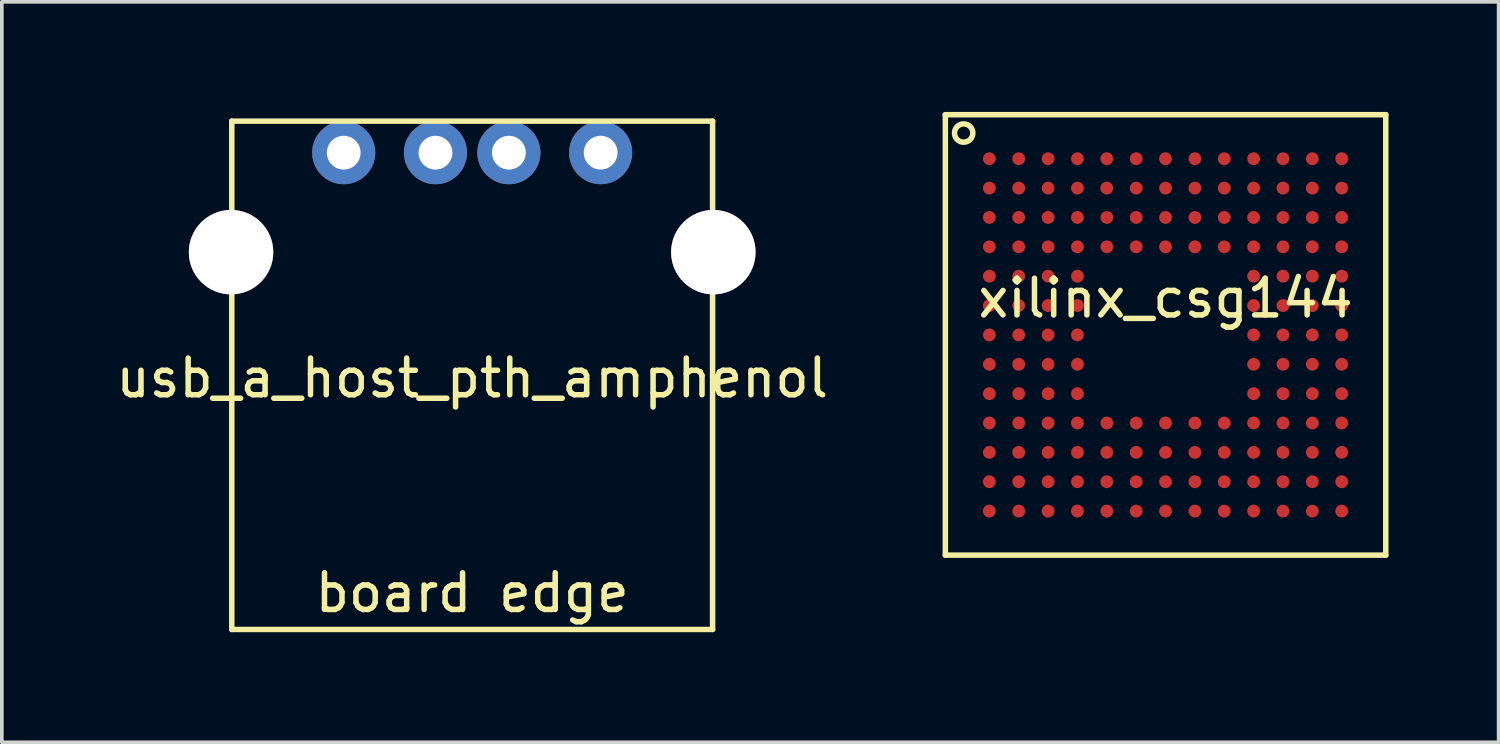
<source format=kicad_pcb>
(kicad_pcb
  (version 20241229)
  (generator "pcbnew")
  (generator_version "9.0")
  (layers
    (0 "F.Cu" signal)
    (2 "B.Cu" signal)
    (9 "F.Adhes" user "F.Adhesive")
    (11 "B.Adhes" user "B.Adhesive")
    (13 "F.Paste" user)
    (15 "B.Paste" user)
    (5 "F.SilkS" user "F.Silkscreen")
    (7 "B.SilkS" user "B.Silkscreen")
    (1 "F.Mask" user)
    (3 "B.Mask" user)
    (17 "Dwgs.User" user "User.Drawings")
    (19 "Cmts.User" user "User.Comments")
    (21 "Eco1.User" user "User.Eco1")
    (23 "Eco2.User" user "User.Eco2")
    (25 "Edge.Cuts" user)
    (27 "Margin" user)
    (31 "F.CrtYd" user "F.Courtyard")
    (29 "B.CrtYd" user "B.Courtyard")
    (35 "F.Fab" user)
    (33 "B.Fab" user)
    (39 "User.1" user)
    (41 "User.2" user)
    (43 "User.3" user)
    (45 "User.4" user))
  (footprint "usb_a_host_pth_amphenol"
    (layer "F.Cu")
    (at 9.815 0.25)
    (property "Reference" "usb_a_host_pth_amphenol" (at 0 7 0) (layer "F.SilkS") (effects (font (size 1 1) (thickness 0.15))))
    (attr through_hole)
    (fp_line (start -6.55 0) (end -6.55 13.85) (stroke (width 0.15) (type solid)) (layer "F.SilkS"))
    (fp_line (start -6.55 0) (end 6.55 0) (stroke (width 0.15) (type solid)) (layer "F.SilkS"))
    (fp_line (start -6.55 13.85) (end 6.55 13.85) (stroke (width 0.15) (type solid)) (layer "F.SilkS"))
    (fp_line (start 6.55 0) (end 6.55 13.85) (stroke (width 0.15) (type solid)) (layer "F.SilkS"))
    (fp_text user "board edge" (at 0 12.85 0) (layer "F.SilkS") (effects (font (size 1 1) (thickness 0.15))))
    (pad "1" thru_hole circle (at -3.5 0.86) (size 1.72 1.72) (drill 0.92) (layers "*.Cu" "*.Mask"))
    (pad "2" thru_hole circle (at -1 0.86) (size 1.72 1.72) (drill 0.92) (layers "*.Cu" "*.Mask"))
    (pad "3" thru_hole circle (at 1 0.86) (size 1.72 1.72) (drill 0.92) (layers "*.Cu" "*.Mask"))
    (pad "4" thru_hole circle (at 3.5 0.86) (size 1.72 1.72) (drill 0.92) (layers "*.Cu" "*.Mask"))
    (pad "H1" thru_hole circle (at -6.57 3.57) (size 2.3 2.3) (drill 2.3) (layers "*.Cu" "*.Mask"))
    (pad "H2" thru_hole circle (at 6.57 3.57) (size 2.3 2.3) (drill 2.3) (layers "*.Cu" "*.Mask")))
  (footprint "xilinx_csg144"
    (layer "F.Cu")
    (at 28.706 6.075)
    (property "Reference" "xilinx_csg144" (at 0 -1 0) (layer "F.SilkS") (effects (font (size 1 1) (thickness 0.15))))
    (attr through_hole)
    (fp_line (start -6 -6) (end -6 6) (stroke (width 0.15) (type solid)) (layer "F.SilkS"))
    (fp_line (start -6 6) (end 6 6) (stroke (width 0.15) (type solid)) (layer "F.SilkS"))
    (fp_line (start 6 -6) (end -6 -6) (stroke (width 0.15) (type solid)) (layer "F.SilkS"))
    (fp_line (start 6 6) (end 6 -6) (stroke (width 0.15) (type solid)) (layer "F.SilkS"))
    (fp_circle (center -5.5 -5.5) (end -5.5 -5.25) (stroke (width 0.15) (type solid)) (fill no) (layer "F.SilkS"))
    (pad "A1" smd circle (at -4.8 -4.8) (size 0.35 0.35) (layers "F.Cu" "F.Mask" "F.Paste"))
    (pad "A2" smd circle (at -4 -4.8) (size 0.35 0.35) (layers "F.Cu" "F.Mask" "F.Paste"))
    (pad "A3" smd circle (at -3.2 -4.8) (size 0.35 0.35) (layers "F.Cu" "F.Mask" "F.Paste"))
    (pad "A4" smd circle (at -2.4 -4.8) (size 0.35 0.35) (layers "F.Cu" "F.Mask" "F.Paste"))
    (pad "A5" smd circle (at -1.6 -4.8) (size 0.35 0.35) (layers "F.Cu" "F.Mask" "F.Paste"))
    (pad "A6" smd circle (at -0.8 -4.8) (size 0.35 0.35) (layers "F.Cu" "F.Mask" "F.Paste"))
    (pad "A7" smd circle (at 0 -4.8) (size 0.35 0.35) (layers "F.Cu" "F.Mask" "F.Paste"))
    (pad "A8" smd circle (at 0.8 -4.8) (size 0.35 0.35) (layers "F.Cu" "F.Mask" "F.Paste"))
    (pad "A9" smd circle (at 1.6 -4.8) (size 0.35 0.35) (layers "F.Cu" "F.Mask" "F.Paste"))
    (pad "A10" smd circle (at 2.4 -4.8) (size 0.35 0.35) (layers "F.Cu" "F.Mask" "F.Paste"))
    (pad "A11" smd circle (at 3.2 -4.8) (size 0.35 0.35) (layers "F.Cu" "F.Mask" "F.Paste"))
    (pad "A12" smd circle (at 4 -4.8) (size 0.35 0.35) (layers "F.Cu" "F.Mask" "F.Paste"))
    (pad "A13" smd circle (at 4.8 -4.8) (size 0.35 0.35) (layers "F.Cu" "F.Mask" "F.Paste"))
    (pad "B1" smd circle (at -4.8 -4) (size 0.35 0.35) (layers "F.Cu" "F.Mask" "F.Paste"))
    (pad "B2" smd circle (at -4 -4) (size 0.35 0.35) (layers "F.Cu" "F.Mask" "F.Paste"))
    (pad "B3" smd circle (at -3.2 -4) (size 0.35 0.35) (layers "F.Cu" "F.Mask" "F.Paste"))
    (pad "B4" smd circle (at -2.4 -4) (size 0.35 0.35) (layers "F.Cu" "F.Mask" "F.Paste"))
    (pad "B5" smd circle (at -1.6 -4) (size 0.35 0.35) (layers "F.Cu" "F.Mask" "F.Paste"))
    (pad "B6" smd circle (at -0.8 -4) (size 0.35 0.35) (layers "F.Cu" "F.Mask" "F.Paste"))
    (pad "B7" smd circle (at 0 -4) (size 0.35 0.35) (layers "F.Cu" "F.Mask" "F.Paste"))
    (pad "B8" smd circle (at 0.8 -4) (size 0.35 0.35) (layers "F.Cu" "F.Mask" "F.Paste"))
    (pad "B9" smd circle (at 1.6 -4) (size 0.35 0.35) (layers "F.Cu" "F.Mask" "F.Paste"))
    (pad "B10" smd circle (at 2.4 -4) (size 0.35 0.35) (layers "F.Cu" "F.Mask" "F.Paste"))
    (pad "B11" smd circle (at 3.2 -4) (size 0.35 0.35) (layers "F.Cu" "F.Mask" "F.Paste"))
    (pad "B12" smd circle (at 4 -4) (size 0.35 0.35) (layers "F.Cu" "F.Mask" "F.Paste"))
    (pad "B13" smd circle (at 4.8 -4) (size 0.35 0.35) (layers "F.Cu" "F.Mask" "F.Paste"))
    (pad "C1" smd circle (at -4.8 -3.2) (size 0.35 0.35) (layers "F.Cu" "F.Mask" "F.Paste"))
    (pad "C2" smd circle (at -4 -3.2) (size 0.35 0.35) (layers "F.Cu" "F.Mask" "F.Paste"))
    (pad "C3" smd circle (at -3.2 -3.2) (size 0.35 0.35) (layers "F.Cu" "F.Mask" "F.Paste"))
    (pad "C4" smd circle (at -2.4 -3.2) (size 0.35 0.35) (layers "F.Cu" "F.Mask" "F.Paste"))
    (pad "C5" smd circle (at -1.6 -3.2) (size 0.35 0.35) (layers "F.Cu" "F.Mask" "F.Paste"))
    (pad "C6" smd circle (at -0.8 -3.2) (size 0.35 0.35) (layers "F.Cu" "F.Mask" "F.Paste"))
    (pad "C7" smd circle (at 0 -3.2) (size 0.35 0.35) (layers "F.Cu" "F.Mask" "F.Paste"))
    (pad "C8" smd circle (at 0.8 -3.2) (size 0.35 0.35) (layers "F.Cu" "F.Mask" "F.Paste"))
    (pad "C9" smd circle (at 1.6 -3.2) (size 0.35 0.35) (layers "F.Cu" "F.Mask" "F.Paste"))
    (pad "C10" smd circle (at 2.4 -3.2) (size 0.35 0.35) (layers "F.Cu" "F.Mask" "F.Paste"))
    (pad "C11" smd circle (at 3.2 -3.2) (size 0.35 0.35) (layers "F.Cu" "F.Mask" "F.Paste"))
    (pad "C12" smd circle (at 4 -3.2) (size 0.35 0.35) (layers "F.Cu" "F.Mask" "F.Paste"))
    (pad "C13" smd circle (at 4.8 -3.2) (size 0.35 0.35) (layers "F.Cu" "F.Mask" "F.Paste"))
    (pad "D1" smd circle (at -4.8 -2.4) (size 0.35 0.35) (layers "F.Cu" "F.Mask" "F.Paste"))
    (pad "D2" smd circle (at -4 -2.4) (size 0.35 0.35) (layers "F.Cu" "F.Mask" "F.Paste"))
    (pad "D3" smd circle (at -3.2 -2.4) (size 0.35 0.35) (layers "F.Cu" "F.Mask" "F.Paste"))
    (pad "D4" smd circle (at -2.4 -2.4) (size 0.35 0.35) (layers "F.Cu" "F.Mask" "F.Paste"))
    (pad "D5" smd circle (at -1.6 -2.4) (size 0.35 0.35) (layers "F.Cu" "F.Mask" "F.Paste"))
    (pad "D6" smd circle (at -0.8 -2.4) (size 0.35 0.35) (layers "F.Cu" "F.Mask" "F.Paste"))
    (pad "D7" smd circle (at 0 -2.4) (size 0.35 0.35) (layers "F.Cu" "F.Mask" "F.Paste"))
    (pad "D8" smd circle (at 0.8 -2.4) (size 0.35 0.35) (layers "F.Cu" "F.Mask" "F.Paste"))
    (pad "D9" smd circle (at 1.6 -2.4) (size 0.35 0.35) (layers "F.Cu" "F.Mask" "F.Paste"))
    (pad "D10" smd circle (at 2.4 -2.4) (size 0.35 0.35) (layers "F.Cu" "F.Mask" "F.Paste"))
    (pad "D11" smd circle (at 3.2 -2.4) (size 0.35 0.35) (layers "F.Cu" "F.Mask" "F.Paste"))
    (pad "D12" smd circle (at 4 -2.4) (size 0.35 0.35) (layers "F.Cu" "F.Mask" "F.Paste"))
    (pad "D13" smd circle (at 4.8 -2.4) (size 0.35 0.35) (layers "F.Cu" "F.Mask" "F.Paste"))
    (pad "E1" smd circle (at -4.8 -1.6) (size 0.35 0.35) (layers "F.Cu" "F.Mask" "F.Paste"))
    (pad "E2" smd circle (at -4 -1.6) (size 0.35 0.35) (layers "F.Cu" "F.Mask" "F.Paste"))
    (pad "E3" smd circle (at -3.2 -1.6) (size 0.35 0.35) (layers "F.Cu" "F.Mask" "F.Paste"))
    (pad "E4" smd circle (at -2.4 -1.6) (size 0.35 0.35) (layers "F.Cu" "F.Mask" "F.Paste"))
    (pad "E10" smd circle (at 2.4 -1.6) (size 0.35 0.35) (layers "F.Cu" "F.Mask" "F.Paste"))
    (pad "E11" smd circle (at 3.2 -1.6) (size 0.35 0.35) (layers "F.Cu" "F.Mask" "F.Paste"))
    (pad "E12" smd circle (at 4 -1.6) (size 0.35 0.35) (layers "F.Cu" "F.Mask" "F.Paste"))
    (pad "E13" smd circle (at 4.8 -1.6) (size 0.35 0.35) (layers "F.Cu" "F.Mask" "F.Paste"))
    (pad "F1" smd circle (at -4.8 -0.8) (size 0.35 0.35) (layers "F.Cu" "F.Mask" "F.Paste"))
    (pad "F2" smd circle (at -4 -0.8) (size 0.35 0.35) (layers "F.Cu" "F.Mask" "F.Paste"))
    (pad "F3" smd circle (at -3.2 -0.8) (size 0.35 0.35) (layers "F.Cu" "F.Mask" "F.Paste"))
    (pad "F4" smd circle (at -2.4 -0.8) (size 0.35 0.35) (layers "F.Cu" "F.Mask" "F.Paste"))
    (pad "F10" smd circle (at 2.4 -0.8) (size 0.35 0.35) (layers "F.Cu" "F.Mask" "F.Paste"))
    (pad "F11" smd circle (at 3.2 -0.8) (size 0.35 0.35) (layers "F.Cu" "F.Mask" "F.Paste"))
    (pad "F12" smd circle (at 4 -0.8) (size 0.35 0.35) (layers "F.Cu" "F.Mask" "F.Paste"))
    (pad "F13" smd circle (at 4.8 -0.8) (size 0.35 0.35) (layers "F.Cu" "F.Mask" "F.Paste"))
    (pad "G1" smd circle (at -4.8 0) (size 0.35 0.35) (layers "F.Cu" "F.Mask" "F.Paste"))
    (pad "G2" smd circle (at -4 0) (size 0.35 0.35) (layers "F.Cu" "F.Mask" "F.Paste"))
    (pad "G3" smd circle (at -3.2 0) (size 0.35 0.35) (layers "F.Cu" "F.Mask" "F.Paste"))
    (pad "G4" smd circle (at -2.4 0) (size 0.35 0.35) (layers "F.Cu" "F.Mask" "F.Paste"))
    (pad "G10" smd circle (at 2.4 0) (size 0.35 0.35) (layers "F.Cu" "F.Mask" "F.Paste"))
    (pad "G11" smd circle (at 3.2 0) (size 0.35 0.35) (layers "F.Cu" "F.Mask" "F.Paste"))
    (pad "G12" smd circle (at 4 0) (size 0.35 0.35) (layers "F.Cu" "F.Mask" "F.Paste"))
    (pad "G13" smd circle (at 4.8 0) (size 0.35 0.35) (layers "F.Cu" "F.Mask" "F.Paste"))
    (pad "H1" smd circle (at -4.8 0.8) (size 0.35 0.35) (layers "F.Cu" "F.Mask" "F.Paste"))
    (pad "H2" smd circle (at -4 0.8) (size 0.35 0.35) (layers "F.Cu" "F.Mask" "F.Paste"))
    (pad "H3" smd circle (at -3.2 0.8) (size 0.35 0.35) (layers "F.Cu" "F.Mask" "F.Paste"))
    (pad "H4" smd circle (at -2.4 0.8) (size 0.35 0.35) (layers "F.Cu" "F.Mask" "F.Paste"))
    (pad "H10" smd circle (at 2.4 0.8) (size 0.35 0.35) (layers "F.Cu" "F.Mask" "F.Paste"))
    (pad "H11" smd circle (at 3.2 0.8) (size 0.35 0.35) (layers "F.Cu" "F.Mask" "F.Paste"))
    (pad "H12" smd circle (at 4 0.8) (size 0.35 0.35) (layers "F.Cu" "F.Mask" "F.Paste"))
    (pad "H13" smd circle (at 4.8 0.8) (size 0.35 0.35) (layers "F.Cu" "F.Mask" "F.Paste"))
    (pad "J1" smd circle (at -4.8 1.6) (size 0.35 0.35) (layers "F.Cu" "F.Mask" "F.Paste"))
    (pad "J2" smd circle (at -4 1.6) (size 0.35 0.35) (layers "F.Cu" "F.Mask" "F.Paste"))
    (pad "J3" smd circle (at -3.2 1.6) (size 0.35 0.35) (layers "F.Cu" "F.Mask" "F.Paste"))
    (pad "J4" smd circle (at -2.4 1.6) (size 0.35 0.35) (layers "F.Cu" "F.Mask" "F.Paste"))
    (pad "J10" smd circle (at 2.4 1.6) (size 0.35 0.35) (layers "F.Cu" "F.Mask" "F.Paste"))
    (pad "J11" smd circle (at 3.2 1.6) (size 0.35 0.35) (layers "F.Cu" "F.Mask" "F.Paste"))
    (pad "J12" smd circle (at 4 1.6) (size 0.35 0.35) (layers "F.Cu" "F.Mask" "F.Paste"))
    (pad "J13" smd circle (at 4.8 1.6) (size 0.35 0.35) (layers "F.Cu" "F.Mask" "F.Paste"))
    (pad "K1" smd circle (at -4.8 2.4) (size 0.35 0.35) (layers "F.Cu" "F.Mask" "F.Paste"))
    (pad "K2" smd circle (at -4 2.4) (size 0.35 0.35) (layers "F.Cu" "F.Mask" "F.Paste"))
    (pad "K3" smd circle (at -3.2 2.4) (size 0.35 0.35) (layers "F.Cu" "F.Mask" "F.Paste"))
    (pad "K4" smd circle (at -2.4 2.4) (size 0.35 0.35) (layers "F.Cu" "F.Mask" "F.Paste"))
    (pad "K5" smd circle (at -1.6 2.4) (size 0.35 0.35) (layers "F.Cu" "F.Mask" "F.Paste"))
    (pad "K6" smd circle (at -0.8 2.4) (size 0.35 0.35) (layers "F.Cu" "F.Mask" "F.Paste"))
    (pad "K7" smd circle (at 0 2.4) (size 0.35 0.35) (layers "F.Cu" "F.Mask" "F.Paste"))
    (pad "K8" smd circle (at 0.8 2.4) (size 0.35 0.35) (layers "F.Cu" "F.Mask" "F.Paste"))
    (pad "K9" smd circle (at 1.6 2.4) (size 0.35 0.35) (layers "F.Cu" "F.Mask" "F.Paste"))
    (pad "K10" smd circle (at 2.4 2.4) (size 0.35 0.35) (layers "F.Cu" "F.Mask" "F.Paste"))
    (pad "K11" smd circle (at 3.2 2.4) (size 0.35 0.35) (layers "F.Cu" "F.Mask" "F.Paste"))
    (pad "K12" smd circle (at 4 2.4) (size 0.35 0.35) (layers "F.Cu" "F.Mask" "F.Paste"))
    (pad "K13" smd circle (at 4.8 2.4) (size 0.35 0.35) (layers "F.Cu" "F.Mask" "F.Paste"))
    (pad "L1" smd circle (at -4.8 3.2) (size 0.35 0.35) (layers "F.Cu" "F.Mask" "F.Paste"))
    (pad "L2" smd circle (at -4 3.2) (size 0.35 0.35) (layers "F.Cu" "F.Mask" "F.Paste"))
    (pad "L3" smd circle (at -3.2 3.2) (size 0.35 0.35) (layers "F.Cu" "F.Mask" "F.Paste"))
    (pad "L4" smd circle (at -2.4 3.2) (size 0.35 0.35) (layers "F.Cu" "F.Mask" "F.Paste"))
    (pad "L5" smd circle (at -1.6 3.2) (size 0.35 0.35) (layers "F.Cu" "F.Mask" "F.Paste"))
    (pad "L6" smd circle (at -0.8 3.2) (size 0.35 0.35) (layers "F.Cu" "F.Mask" "F.Paste"))
    (pad "L7" smd circle (at 0 3.2) (size 0.35 0.35) (layers "F.Cu" "F.Mask" "F.Paste"))
    (pad "L8" smd circle (at 0.8 3.2) (size 0.35 0.35) (layers "F.Cu" "F.Mask" "F.Paste"))
    (pad "L9" smd circle (at 1.6 3.2) (size 0.35 0.35) (layers "F.Cu" "F.Mask" "F.Paste"))
    (pad "L10" smd circle (at 2.4 3.2) (size 0.35 0.35) (layers "F.Cu" "F.Mask" "F.Paste"))
    (pad "L11" smd circle (at 3.2 3.2) (size 0.35 0.35) (layers "F.Cu" "F.Mask" "F.Paste"))
    (pad "L12" smd circle (at 4 3.2) (size 0.35 0.35) (layers "F.Cu" "F.Mask" "F.Paste"))
    (pad "L13" smd circle (at 4.8 3.2) (size 0.35 0.35) (layers "F.Cu" "F.Mask" "F.Paste"))
    (pad "M1" smd circle (at -4.8 4) (size 0.35 0.35) (layers "F.Cu" "F.Mask" "F.Paste"))
    (pad "M2" smd circle (at -4 4) (size 0.35 0.35) (layers "F.Cu" "F.Mask" "F.Paste"))
    (pad "M3" smd circle (at -3.2 4) (size 0.35 0.35) (layers "F.Cu" "F.Mask" "F.Paste"))
    (pad "M4" smd circle (at -2.4 4) (size 0.35 0.35) (layers "F.Cu" "F.Mask" "F.Paste"))
    (pad "M5" smd circle (at -1.6 4) (size 0.35 0.35) (layers "F.Cu" "F.Mask" "F.Paste"))
    (pad "M6" smd circle (at -0.8 4) (size 0.35 0.35) (layers "F.Cu" "F.Mask" "F.Paste"))
    (pad "M7" smd circle (at 0 4) (size 0.35 0.35) (layers "F.Cu" "F.Mask" "F.Paste"))
    (pad "M8" smd circle (at 0.8 4) (size 0.35 0.35) (layers "F.Cu" "F.Mask" "F.Paste"))
    (pad "M9" smd circle (at 1.6 4) (size 0.35 0.35) (layers "F.Cu" "F.Mask" "F.Paste"))
    (pad "M10" smd circle (at 2.4 4) (size 0.35 0.35) (layers "F.Cu" "F.Mask" "F.Paste"))
    (pad "M11" smd circle (at 3.2 4) (size 0.35 0.35) (layers "F.Cu" "F.Mask" "F.Paste"))
    (pad "M12" smd circle (at 4 4) (size 0.35 0.35) (layers "F.Cu" "F.Mask" "F.Paste"))
    (pad "M13" smd circle (at 4.8 4) (size 0.35 0.35) (layers "F.Cu" "F.Mask" "F.Paste"))
    (pad "N1" smd circle (at -4.8 4.8) (size 0.35 0.35) (layers "F.Cu" "F.Mask" "F.Paste"))
    (pad "N2" smd circle (at -4 4.8) (size 0.35 0.35) (layers "F.Cu" "F.Mask" "F.Paste"))
    (pad "N3" smd circle (at -3.2 4.8) (size 0.35 0.35) (layers "F.Cu" "F.Mask" "F.Paste"))
    (pad "N4" smd circle (at -2.4 4.8) (size 0.35 0.35) (layers "F.Cu" "F.Mask" "F.Paste"))
    (pad "N5" smd circle (at -1.6 4.8) (size 0.35 0.35) (layers "F.Cu" "F.Mask" "F.Paste"))
    (pad "N6" smd circle (at -0.8 4.8) (size 0.35 0.35) (layers "F.Cu" "F.Mask" "F.Paste"))
    (pad "N7" smd circle (at 0 4.8) (size 0.35 0.35) (layers "F.Cu" "F.Mask" "F.Paste"))
    (pad "N8" smd circle (at 0.8 4.8) (size 0.35 0.35) (layers "F.Cu" "F.Mask" "F.Paste"))
    (pad "N9" smd circle (at 1.6 4.8) (size 0.35 0.35) (layers "F.Cu" "F.Mask" "F.Paste"))
    (pad "N10" smd circle (at 2.4 4.8) (size 0.35 0.35) (layers "F.Cu" "F.Mask" "F.Paste"))
    (pad "N11" smd circle (at 3.2 4.8) (size 0.35 0.35) (layers "F.Cu" "F.Mask" "F.Paste"))
    (pad "N12" smd circle (at 4 4.8) (size 0.35 0.35) (layers "F.Cu" "F.Mask" "F.Paste"))
    (pad "N13" smd circle (at 4.8 4.8) (size 0.35 0.35) (layers "F.Cu" "F.Mask" "F.Paste")))
  (gr_rect
    (start -3 -3)
    (end 37.781 17.175)
    (stroke (width 0.1) (type default))
    (fill no)
    (layer "Edge.Cuts")))
</source>
